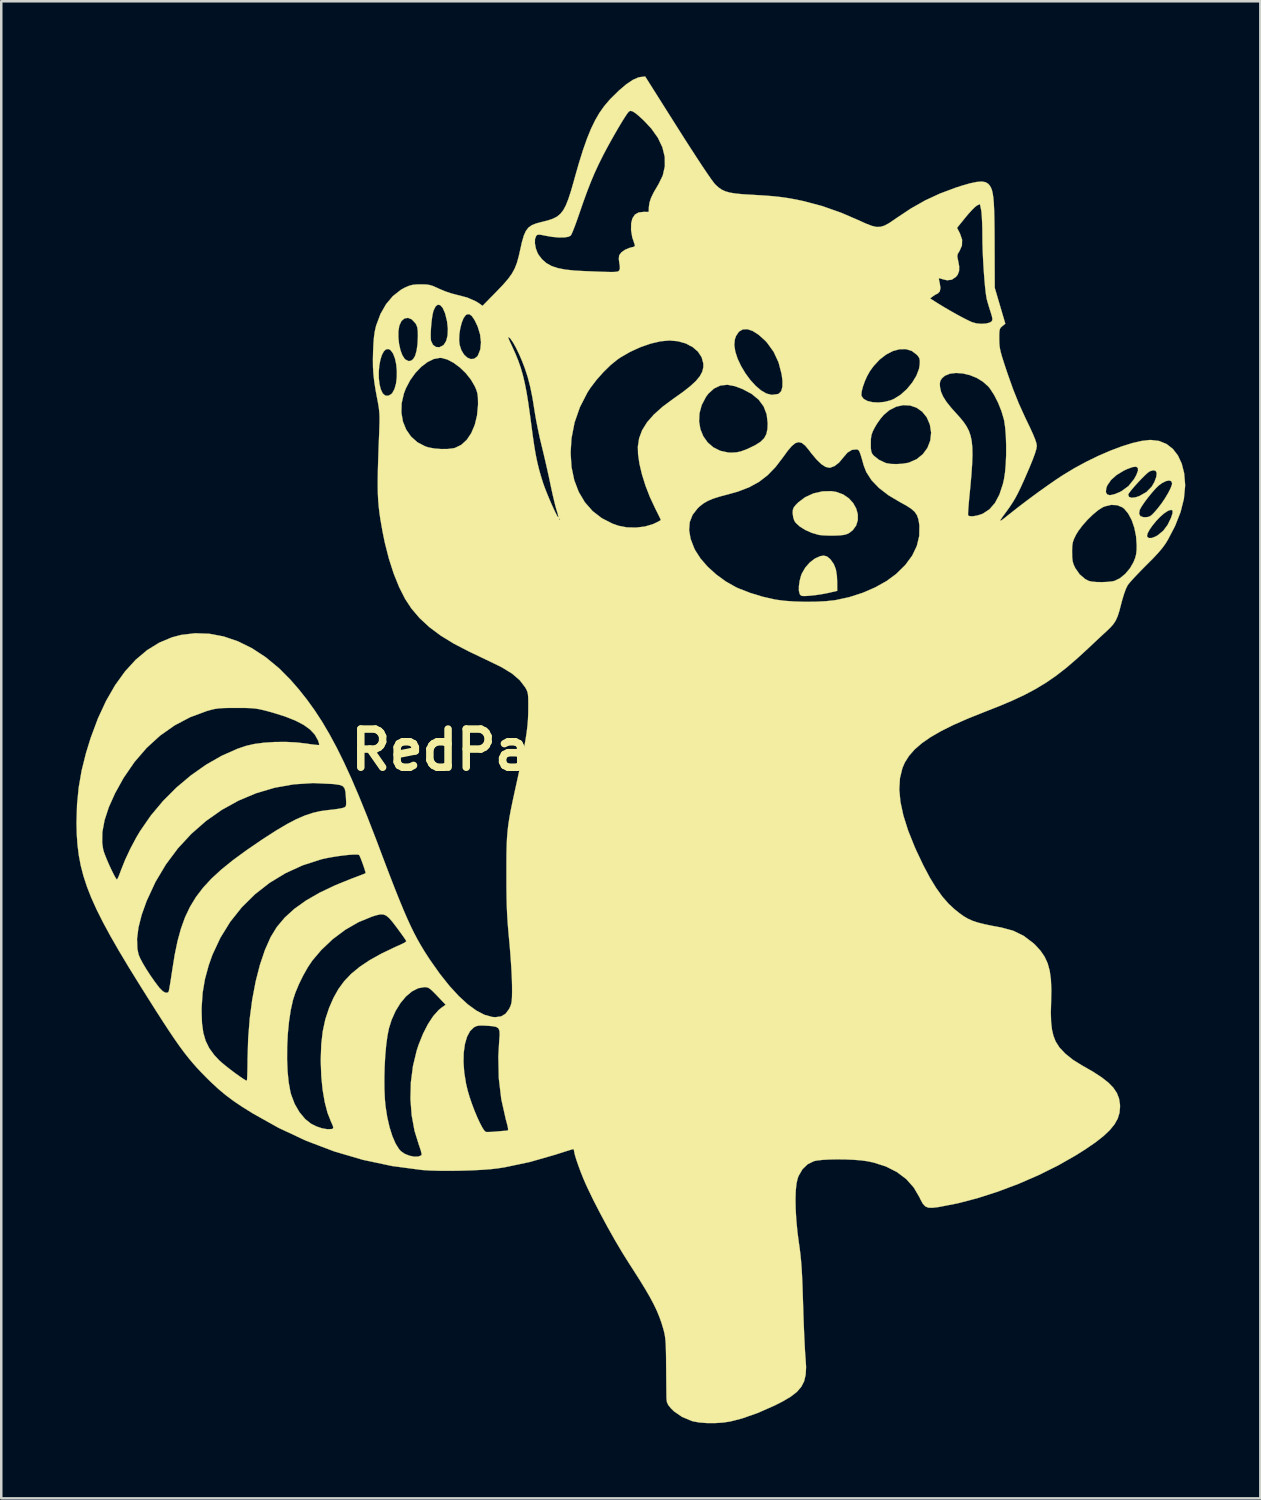
<source format=kicad_pcb>
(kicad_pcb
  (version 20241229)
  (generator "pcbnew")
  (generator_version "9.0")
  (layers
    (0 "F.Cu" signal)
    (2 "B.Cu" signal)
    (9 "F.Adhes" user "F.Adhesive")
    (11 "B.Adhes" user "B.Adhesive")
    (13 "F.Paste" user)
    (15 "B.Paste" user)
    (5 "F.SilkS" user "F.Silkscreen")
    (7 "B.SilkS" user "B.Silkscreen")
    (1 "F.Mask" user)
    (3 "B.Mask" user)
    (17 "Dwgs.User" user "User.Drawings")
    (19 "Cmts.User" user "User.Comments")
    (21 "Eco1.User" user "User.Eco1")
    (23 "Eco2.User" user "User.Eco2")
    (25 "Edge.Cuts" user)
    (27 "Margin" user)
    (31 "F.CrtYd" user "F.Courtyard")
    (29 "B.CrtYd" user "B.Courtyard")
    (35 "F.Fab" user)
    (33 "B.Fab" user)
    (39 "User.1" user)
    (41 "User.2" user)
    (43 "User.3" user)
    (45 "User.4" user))
  (footprint "RedPandaArms_550"
    (layer "F.Cu")
    (at 22.131 26.891)
    (property "Reference" "RedPandaArms_550" (at 0 0 0) (layer "F.SilkS") (effects (font (size 1.524 1.524) (thickness 0.3))))
    (attr through_hole)
    (fp_poly (pts (xy 7.834 -7.726) (xy 7.963 -7.62) (xy 7.98 -7.601) (xy 8.107 -7.42) (xy 8.189 -7.211) (xy 8.231 -6.951) (xy 8.241 -6.721) (xy 8.243 -6.353) (xy 7.897 -6.272) (xy 7.668 -6.227) (xy 7.405 -6.186) (xy 7.175 -6.161) (xy 6.988 -6.147) (xy 6.872 -6.146) (xy 6.805 -6.161) (xy 6.765 -6.196) (xy 6.743 -6.234) (xy 6.713 -6.359) (xy 6.714 -6.541) (xy 6.743 -6.748) (xy 6.797 -6.953) (xy 6.832 -7.045) (xy 6.968 -7.281) (xy 7.148 -7.485) (xy 7.352 -7.642) (xy 7.563 -7.737) (xy 7.706 -7.759) (xy 7.834 -7.726)) (stroke (width 0.01) (type solid)) (fill yes) (layer "F.SilkS"))
    (fp_poly (pts (xy 8.214 -10.3) (xy 8.483 -10.2) (xy 8.707 -10.047) (xy 8.882 -9.854) (xy 9.002 -9.636) (xy 9.065 -9.406) (xy 9.065 -9.176) (xy 8.999 -8.961) (xy 8.863 -8.773) (xy 8.729 -8.669) (xy 8.631 -8.619) (xy 8.514 -8.587) (xy 8.356 -8.568) (xy 8.13 -8.559) (xy 8.129 -8.559) (xy 7.911 -8.559) (xy 7.706 -8.567) (xy 7.545 -8.581) (xy 7.5 -8.589) (xy 7.228 -8.668) (xy 6.971 -8.782) (xy 6.752 -8.918) (xy 6.591 -9.064) (xy 6.532 -9.15) (xy 6.488 -9.281) (xy 6.466 -9.441) (xy 6.465 -9.473) (xy 6.473 -9.588) (xy 6.507 -9.68) (xy 6.583 -9.777) (xy 6.69 -9.886) (xy 6.97 -10.095) (xy 7.3 -10.244) (xy 7.656 -10.325) (xy 8.014 -10.333) (xy 8.214 -10.3)) (stroke (width 0.01) (type solid)) (fill yes) (layer "F.SilkS"))
    (fp_poly (pts (xy 1.87 -24.838) (xy 2.155 -24.389) (xy 2.422 -23.974) (xy 2.665 -23.6) (xy 2.88 -23.273) (xy 3.064 -23.001) (xy 3.211 -22.789) (xy 3.319 -22.643) (xy 3.373 -22.579) (xy 3.5 -22.462) (xy 3.63 -22.371) (xy 3.778 -22.302) (xy 3.959 -22.251) (xy 4.187 -22.214) (xy 4.479 -22.186) (xy 4.847 -22.164) (xy 4.849 -22.164) (xy 5.288 -22.138) (xy 5.659 -22.11) (xy 5.985 -22.075) (xy 6.291 -22.031) (xy 6.6 -21.975) (xy 6.92 -21.907) (xy 7.65 -21.712) (xy 8.405 -21.446) (xy 9.106 -21.144) (xy 9.395 -21.012) (xy 9.621 -20.925) (xy 9.806 -20.881) (xy 9.969 -20.884) (xy 10.131 -20.934) (xy 10.312 -21.032) (xy 10.532 -21.18) (xy 10.603 -21.23) (xy 11.185 -21.617) (xy 11.753 -21.939) (xy 12.339 -22.211) (xy 12.972 -22.448) (xy 13.194 -22.52) (xy 13.535 -22.619) (xy 13.804 -22.676) (xy 14.009 -22.693) (xy 14.16 -22.669) (xy 14.267 -22.606) (xy 14.274 -22.6) (xy 14.332 -22.533) (xy 14.38 -22.453) (xy 14.42 -22.351) (xy 14.451 -22.218) (xy 14.476 -22.047) (xy 14.495 -21.828) (xy 14.508 -21.552) (xy 14.517 -21.212) (xy 14.523 -20.798) (xy 14.526 -20.302) (xy 14.526 -20.205) (xy 14.532 -18.45) (xy 14.743 -17.734) (xy 14.954 -17.018) (xy 14.832 -16.918) (xy 14.773 -16.865) (xy 14.737 -16.806) (xy 14.718 -16.719) (xy 14.711 -16.583) (xy 14.711 -16.41) (xy 14.714 -16.272) (xy 14.722 -16.148) (xy 14.74 -16.024) (xy 14.771 -15.883) (xy 14.819 -15.711) (xy 14.888 -15.491) (xy 14.981 -15.209) (xy 15.048 -15.009) (xy 15.268 -14.391) (xy 15.495 -13.825) (xy 15.745 -13.275) (xy 15.796 -13.168) (xy 15.951 -12.846) (xy 16.065 -12.594) (xy 16.143 -12.403) (xy 16.19 -12.261) (xy 16.209 -12.159) (xy 16.21 -12.135) (xy 16.192 -12.017) (xy 16.138 -11.837) (xy 16.046 -11.588) (xy 15.914 -11.265) (xy 15.858 -11.136) (xy 15.702 -10.776) (xy 15.57 -10.486) (xy 15.454 -10.248) (xy 15.346 -10.045) (xy 15.235 -9.862) (xy 15.114 -9.68) (xy 14.973 -9.484) (xy 14.955 -9.46) (xy 14.832 -9.293) (xy 14.762 -9.188) (xy 14.749 -9.146) (xy 14.795 -9.166) (xy 14.905 -9.246) (xy 15.081 -9.387) (xy 15.125 -9.421) (xy 15.467 -9.691) (xy 15.845 -9.979) (xy 16.238 -10.269) (xy 16.279 -10.298) (xy 18.968 -10.298) (xy 19.016 -10.204) (xy 19.127 -10.171) (xy 19.226 -10.189) (xy 19.858 -10.189) (xy 19.895 -10.102) (xy 19.998 -10.068) (xy 20.155 -10.086) (xy 20.307 -10.138) (xy 20.588 -10.297) (xy 20.798 -10.511) (xy 20.907 -10.7) (xy 20.983 -10.907) (xy 20.998 -11.057) (xy 20.955 -11.145) (xy 20.854 -11.166) (xy 20.718 -11.124) (xy 20.643 -11.07) (xy 20.529 -10.966) (xy 20.391 -10.828) (xy 20.243 -10.672) (xy 20.102 -10.515) (xy 19.98 -10.371) (xy 19.894 -10.258) (xy 19.858 -10.192) (xy 19.858 -10.189) (xy 19.226 -10.189) (xy 19.297 -10.202) (xy 19.522 -10.296) (xy 19.598 -10.336) (xy 19.872 -10.536) (xy 20.095 -10.814) (xy 20.187 -10.981) (xy 20.251 -11.152) (xy 20.247 -11.261) (xy 20.175 -11.309) (xy 20.034 -11.294) (xy 19.824 -11.218) (xy 19.684 -11.152) (xy 19.397 -10.978) (xy 19.174 -10.779) (xy 19.027 -10.565) (xy 18.985 -10.455) (xy 18.968 -10.298) (xy 16.279 -10.298) (xy 16.624 -10.545) (xy 16.98 -10.792) (xy 17.249 -10.969) (xy 17.709 -11.248) (xy 18.187 -11.507) (xy 18.67 -11.742) (xy 19.146 -11.948) (xy 19.601 -12.119) (xy 20.022 -12.251) (xy 20.398 -12.338) (xy 20.715 -12.375) (xy 20.762 -12.376) (xy 21.095 -12.336) (xy 21.39 -12.215) (xy 21.641 -12.021) (xy 21.845 -11.757) (xy 21.997 -11.431) (xy 22.094 -11.047) (xy 22.131 -10.61) (xy 22.131 -10.531) (xy 22.083 -10.026) (xy 21.95 -9.498) (xy 21.731 -8.943) (xy 21.441 -8.387) (xy 21.337 -8.22) (xy 21.215 -8.054) (xy 21.061 -7.872) (xy 20.864 -7.661) (xy 20.61 -7.406) (xy 20.593 -7.389) (xy 20.386 -7.181) (xy 20.194 -6.981) (xy 20.029 -6.804) (xy 19.906 -6.664) (xy 19.839 -6.577) (xy 19.771 -6.44) (xy 19.696 -6.237) (xy 19.622 -5.992) (xy 19.587 -5.861) (xy 19.512 -5.57) (xy 19.442 -5.348) (xy 19.366 -5.176) (xy 19.275 -5.033) (xy 19.156 -4.896) (xy 19.013 -4.758) (xy 18.873 -4.629) (xy 18.688 -4.457) (xy 18.481 -4.263) (xy 18.274 -4.069) (xy 18.242 -4.038) (xy 17.799 -3.633) (xy 17.387 -3.279) (xy 16.988 -2.969) (xy 16.588 -2.692) (xy 16.172 -2.44) (xy 15.725 -2.202) (xy 15.232 -1.971) (xy 14.677 -1.737) (xy 14.132 -1.523) (xy 13.466 -1.257) (xy 12.886 -1.002) (xy 12.388 -0.754) (xy 11.966 -0.51) (xy 11.616 -0.266) (xy 11.331 -0.018) (xy 11.109 0.236) (xy 10.942 0.5) (xy 10.846 0.722) (xy 10.748 1.123) (xy 10.721 1.571) (xy 10.766 2.068) (xy 10.884 2.615) (xy 11.073 3.216) (xy 11.336 3.87) (xy 11.406 4.028) (xy 11.678 4.6) (xy 11.937 5.09) (xy 12.19 5.505) (xy 12.44 5.854) (xy 12.694 6.144) (xy 12.927 6.359) (xy 13.119 6.513) (xy 13.292 6.637) (xy 13.462 6.737) (xy 13.645 6.819) (xy 13.858 6.89) (xy 14.114 6.955) (xy 14.432 7.021) (xy 14.799 7.089) (xy 15.266 7.215) (xy 15.686 7.42) (xy 16.067 7.708) (xy 16.152 7.787) (xy 16.36 8.016) (xy 16.523 8.254) (xy 16.644 8.516) (xy 16.726 8.814) (xy 16.774 9.162) (xy 16.792 9.573) (xy 16.782 10.06) (xy 16.782 10.065) (xy 16.771 10.497) (xy 16.782 10.854) (xy 16.815 11.151) (xy 16.873 11.403) (xy 16.958 11.626) (xy 16.96 11.632) (xy 17.115 11.877) (xy 17.35 12.125) (xy 17.653 12.368) (xy 18.014 12.593) (xy 18.036 12.605) (xy 18.46 12.848) (xy 18.802 13.071) (xy 19.07 13.282) (xy 19.27 13.488) (xy 19.409 13.697) (xy 19.494 13.917) (xy 19.531 14.154) (xy 19.534 14.25) (xy 19.512 14.488) (xy 19.441 14.717) (xy 19.315 14.943) (xy 19.128 15.173) (xy 18.876 15.412) (xy 18.553 15.666) (xy 18.152 15.941) (xy 17.767 16.184) (xy 17.052 16.591) (xy 16.284 16.972) (xy 15.481 17.321) (xy 14.663 17.629) (xy 13.849 17.891) (xy 13.057 18.098) (xy 12.308 18.244) (xy 12.284 18.248) (xy 12.048 18.277) (xy 11.881 18.272) (xy 11.76 18.222) (xy 11.662 18.117) (xy 11.567 17.944) (xy 11.529 17.861) (xy 11.3 17.469) (xy 10.999 17.131) (xy 10.628 16.851) (xy 10.191 16.629) (xy 9.692 16.47) (xy 9.442 16.418) (xy 9.194 16.384) (xy 8.898 16.361) (xy 8.575 16.347) (xy 8.246 16.343) (xy 7.932 16.349) (xy 7.653 16.365) (xy 7.429 16.391) (xy 7.313 16.416) (xy 7.063 16.538) (xy 6.856 16.738) (xy 6.701 17.006) (xy 6.668 17.093) (xy 6.618 17.304) (xy 6.588 17.593) (xy 6.577 17.944) (xy 6.585 18.345) (xy 6.611 18.782) (xy 6.655 19.24) (xy 6.709 19.651) (xy 6.745 19.905) (xy 6.775 20.146) (xy 6.799 20.391) (xy 6.82 20.655) (xy 6.837 20.952) (xy 6.853 21.298) (xy 6.867 21.708) (xy 6.88 22.122) (xy 6.893 22.528) (xy 6.907 22.929) (xy 6.923 23.307) (xy 6.939 23.649) (xy 6.954 23.94) (xy 6.968 24.163) (xy 6.977 24.269) (xy 7 24.634) (xy 6.984 24.941) (xy 6.923 25.201) (xy 6.808 25.425) (xy 6.633 25.627) (xy 6.389 25.816) (xy 6.069 26.006) (xy 5.758 26.164) (xy 5.078 26.465) (xy 4.445 26.687) (xy 3.976 26.808) (xy 3.684 26.852) (xy 3.36 26.873) (xy 3.032 26.871) (xy 2.73 26.847) (xy 2.482 26.801) (xy 2.438 26.789) (xy 2.045 26.623) (xy 1.726 26.403) (xy 1.601 26.28) (xy 1.496 26.149) (xy 1.444 26.033) (xy 1.427 25.889) (xy 1.427 25.873) (xy 1.425 25.764) (xy 1.423 25.579) (xy 1.42 25.334) (xy 1.417 25.047) (xy 1.415 24.732) (xy 1.413 24.569) (xy 1.41 24.21) (xy 1.404 23.928) (xy 1.396 23.708) (xy 1.383 23.535) (xy 1.365 23.393) (xy 1.341 23.267) (xy 1.309 23.142) (xy 1.306 23.13) (xy 1.229 22.874) (xy 1.141 22.628) (xy 1.038 22.379) (xy 0.913 22.118) (xy 0.76 21.833) (xy 0.573 21.511) (xy 0.347 21.143) (xy 0.075 20.716) (xy -0.058 20.511) (xy -0.335 20.069) (xy -0.632 19.567) (xy -0.934 19.03) (xy -1.227 18.485) (xy -1.499 17.956) (xy -1.734 17.468) (xy -1.799 17.326) (xy -1.901 17.088) (xy -2.002 16.834) (xy -2.095 16.582) (xy -2.174 16.352) (xy -2.231 16.162) (xy -2.26 16.03) (xy -2.263 16) (xy -2.279 15.94) (xy -2.292 15.933) (xy -2.343 15.946) (xy -2.467 15.984) (xy -2.648 16.04) (xy -2.87 16.111) (xy -3.019 16.159) (xy -4.03 16.449) (xy -5.017 16.657) (xy -5.274 16.698) (xy -5.565 16.733) (xy -5.926 16.761) (xy -6.335 16.782) (xy -6.77 16.796) (xy -7.209 16.802) (xy -7.629 16.8) (xy -8.009 16.789) (xy -8.325 16.769) (xy -8.343 16.767) (xy -9.526 16.61) (xy -10.691 16.363) (xy -11.836 16.027) (xy -12.958 15.601) (xy -14.055 15.088) (xy -15.086 14.511) (xy -15.502 14.252) (xy -15.856 14.014) (xy -16.168 13.78) (xy -16.463 13.534) (xy -16.76 13.259) (xy -16.928 13.094) (xy -17.123 12.896) (xy -17.306 12.702) (xy -17.48 12.505) (xy -17.653 12.298) (xy -17.83 12.073) (xy -18.016 11.821) (xy -18.216 11.536) (xy -18.436 11.209) (xy -18.682 10.833) (xy -18.921 10.461) (xy -17.133 10.461) (xy -17.117 10.911) (xy -17.065 11.29) (xy -16.97 11.616) (xy -16.827 11.907) (xy -16.628 12.179) (xy -16.433 12.387) (xy -16.318 12.49) (xy -16.163 12.618) (xy -15.985 12.758) (xy -15.799 12.898) (xy -15.623 13.024) (xy -15.474 13.126) (xy -15.368 13.19) (xy -15.328 13.205) (xy -15.319 13.162) (xy -15.311 13.041) (xy -15.305 12.855) (xy -15.3 12.62) (xy -15.297 12.356) (xy -13.72 12.356) (xy -13.7 12.836) (xy -13.656 13.272) (xy -13.588 13.645) (xy -13.557 13.762) (xy -13.417 14.131) (xy -13.226 14.461) (xy -12.998 14.734) (xy -12.765 14.92) (xy -12.551 15.028) (xy -12.325 15.104) (xy -12.113 15.141) (xy -11.942 15.134) (xy -11.904 15.123) (xy -11.876 15.092) (xy -11.886 15.023) (xy -11.938 14.898) (xy -11.968 14.834) (xy -12.106 14.483) (xy -12.217 14.056) (xy -12.301 13.565) (xy -12.346 13.106) (xy -9.837 13.106) (xy -9.834 13.547) (xy -9.815 13.953) (xy -9.789 14.225) (xy -9.721 14.663) (xy -9.628 15.065) (xy -9.516 15.42) (xy -9.388 15.715) (xy -9.249 15.937) (xy -9.176 16.017) (xy -9.024 16.123) (xy -8.84 16.197) (xy -8.651 16.236) (xy -8.483 16.233) (xy -8.363 16.185) (xy -8.352 16.176) (xy -8.35 16.118) (xy -8.379 15.998) (xy -8.431 15.839) (xy -8.449 15.791) (xy -8.631 15.209) (xy -8.746 14.582) (xy -8.795 13.928) (xy -8.777 13.265) (xy -8.693 12.613) (xy -8.657 12.465) (xy -6.677 12.465) (xy -6.647 12.879) (xy -6.577 13.313) (xy -6.512 13.59) (xy -6.436 13.849) (xy -6.343 14.122) (xy -6.24 14.395) (xy -6.132 14.654) (xy -6.026 14.883) (xy -5.929 15.068) (xy -5.847 15.195) (xy -5.785 15.249) (xy -5.784 15.249) (xy -5.701 15.252) (xy -5.557 15.247) (xy -5.38 15.234) (xy -5.358 15.232) (xy -5.18 15.216) (xy -5.031 15.204) (xy -4.942 15.197) (xy -4.937 15.197) (xy -4.906 15.186) (xy -4.895 15.144) (xy -4.907 15.057) (xy -4.943 14.91) (xy -4.989 14.742) (xy -5.168 13.941) (xy -5.268 13.102) (xy -5.286 12.234) (xy -5.251 11.615) (xy -5.233 11.377) (xy -5.24 11.215) (xy -5.282 11.113) (xy -5.373 11.055) (xy -5.525 11.026) (xy -5.727 11.01) (xy -5.93 11) (xy -6.067 11.004) (xy -6.165 11.026) (xy -6.249 11.067) (xy -6.262 11.075) (xy -6.416 11.225) (xy -6.536 11.45) (xy -6.62 11.739) (xy -6.668 12.081) (xy -6.677 12.465) (xy -8.657 12.465) (xy -8.542 11.99) (xy -8.468 11.766) (xy -8.29 11.325) (xy -8.093 10.941) (xy -7.884 10.624) (xy -7.669 10.383) (xy -7.566 10.298) (xy -7.389 10.17) (xy -7.724 9.818) (xy -7.878 9.66) (xy -7.988 9.557) (xy -8.073 9.499) (xy -8.149 9.473) (xy -8.236 9.467) (xy -8.24 9.467) (xy -8.488 9.512) (xy -8.735 9.639) (xy -8.973 9.839) (xy -9.193 10.102) (xy -9.388 10.419) (xy -9.549 10.779) (xy -9.652 11.107) (xy -9.713 11.408) (xy -9.763 11.78) (xy -9.801 12.201) (xy -9.826 12.65) (xy -9.837 13.106) (xy -12.346 13.106) (xy -12.354 13.022) (xy -12.375 12.44) (xy -12.375 12.354) (xy -12.356 11.763) (xy -12.297 11.237) (xy -12.193 10.753) (xy -12.04 10.292) (xy -11.868 9.899) (xy -11.673 9.55) (xy -11.44 9.231) (xy -11.159 8.936) (xy -10.822 8.659) (xy -10.422 8.391) (xy -9.949 8.128) (xy -9.396 7.863) (xy -9.179 7.767) (xy -9.055 7.706) (xy -8.976 7.655) (xy -8.96 7.634) (xy -8.986 7.585) (xy -9.059 7.478) (xy -9.167 7.326) (xy -9.3 7.144) (xy -9.341 7.089) (xy -9.513 6.863) (xy -9.65 6.706) (xy -9.768 6.609) (xy -9.884 6.565) (xy -10.017 6.566) (xy -10.182 6.605) (xy -10.335 6.654) (xy -10.872 6.875) (xy -11.397 7.178) (xy -11.897 7.552) (xy -12.356 7.987) (xy -12.711 8.405) (xy -12.891 8.673) (xy -13.075 8.998) (xy -13.247 9.348) (xy -13.39 9.692) (xy -13.483 9.975) (xy -13.574 10.385) (xy -13.644 10.847) (xy -13.692 11.343) (xy -13.717 11.852) (xy -13.72 12.356) (xy -15.297 12.356) (xy -15.297 12.348) (xy -15.297 12.319) (xy -15.273 11.507) (xy -15.21 10.716) (xy -15.11 9.957) (xy -14.974 9.242) (xy -14.805 8.582) (xy -14.605 7.988) (xy -14.376 7.471) (xy -14.13 7.069) (xy -13.815 6.694) (xy -13.428 6.342) (xy -12.964 6.011) (xy -12.419 5.697) (xy -11.79 5.398) (xy -11.176 5.15) (xy -10.963 5.069) (xy -10.783 5) (xy -10.653 4.949) (xy -10.59 4.923) (xy -10.586 4.921) (xy -10.592 4.873) (xy -10.624 4.764) (xy -10.672 4.62) (xy -10.727 4.465) (xy -10.781 4.325) (xy -10.825 4.225) (xy -10.846 4.191) (xy -10.913 4.175) (xy -11.053 4.174) (xy -11.249 4.187) (xy -11.482 4.212) (xy -11.734 4.246) (xy -11.988 4.288) (xy -12.226 4.335) (xy -12.366 4.369) (xy -13.096 4.604) (xy -13.782 4.918) (xy -14.42 5.305) (xy -15.004 5.762) (xy -15.53 6.282) (xy -15.991 6.862) (xy -16.383 7.497) (xy -16.702 8.18) (xy -16.848 8.592) (xy -17 9.151) (xy -17.093 9.701) (xy -17.131 10.281) (xy -17.133 10.461) (xy -18.921 10.461) (xy -18.96 10.401) (xy -19.274 9.904) (xy -19.606 9.375) (xy -20.05 8.657) (xy -20.441 8.004) (xy -20.706 7.541) (xy -19.711 7.541) (xy -19.697 7.937) (xy -19.648 8.168) (xy -19.587 8.315) (xy -19.481 8.514) (xy -19.342 8.748) (xy -19.18 8.998) (xy -19.008 9.244) (xy -18.838 9.469) (xy -18.811 9.502) (xy -18.681 9.632) (xy -18.566 9.694) (xy -18.478 9.683) (xy -18.45 9.653) (xy -18.435 9.595) (xy -18.41 9.46) (xy -18.377 9.266) (xy -18.34 9.026) (xy -18.304 8.787) (xy -18.206 8.176) (xy -18.092 7.627) (xy -17.956 7.131) (xy -17.793 6.679) (xy -17.595 6.262) (xy -17.358 5.872) (xy -17.074 5.5) (xy -16.738 5.136) (xy -16.343 4.773) (xy -15.883 4.401) (xy -15.352 4.012) (xy -14.745 3.596) (xy -14.593 3.496) (xy -14.126 3.197) (xy -13.715 2.955) (xy -13.348 2.763) (xy -13.012 2.618) (xy -12.696 2.512) (xy -12.386 2.441) (xy -12.089 2.401) (xy -11.871 2.377) (xy -11.677 2.35) (xy -11.531 2.323) (xy -11.471 2.307) (xy -11.411 2.281) (xy -11.376 2.244) (xy -11.361 2.175) (xy -11.362 2.055) (xy -11.371 1.885) (xy -11.388 1.673) (xy -11.423 1.533) (xy -11.492 1.447) (xy -11.613 1.398) (xy -11.804 1.368) (xy -11.883 1.359) (xy -12.676 1.321) (xy -13.456 1.372) (xy -14.216 1.507) (xy -14.952 1.725) (xy -15.658 2.021) (xy -16.329 2.393) (xy -16.96 2.837) (xy -17.545 3.35) (xy -18.08 3.928) (xy -18.558 4.569) (xy -18.975 5.268) (xy -19.325 6.023) (xy -19.327 6.027) (xy -19.526 6.584) (xy -19.654 7.089) (xy -19.711 7.541) (xy -20.706 7.541) (xy -20.782 7.409) (xy -21.076 6.865) (xy -21.327 6.363) (xy -21.538 5.896) (xy -21.71 5.455) (xy -21.848 5.034) (xy -21.955 4.623) (xy -22.033 4.216) (xy -22.085 3.805) (xy -22.092 3.709) (xy -21.102 3.709) (xy -21.061 3.977) (xy -21.025 4.097) (xy -20.962 4.262) (xy -20.883 4.454) (xy -20.794 4.654) (xy -20.704 4.844) (xy -20.622 5.006) (xy -20.557 5.121) (xy -20.516 5.171) (xy -20.512 5.172) (xy -20.484 5.132) (xy -20.435 5.024) (xy -20.375 4.869) (xy -20.353 4.807) (xy -20.186 4.388) (xy -19.975 3.937) (xy -19.738 3.492) (xy -19.587 3.238) (xy -19.161 2.621) (xy -18.674 2.039) (xy -18.136 1.5) (xy -17.557 1.013) (xy -16.95 0.586) (xy -16.325 0.229) (xy -15.693 -0.05) (xy -15.353 -0.165) (xy -15.031 -0.239) (xy -14.644 -0.29) (xy -14.216 -0.318) (xy -13.772 -0.322) (xy -13.337 -0.3) (xy -12.958 -0.256) (xy -12.755 -0.226) (xy -12.587 -0.206) (xy -12.476 -0.197) (xy -12.439 -0.199) (xy -12.442 -0.251) (xy -12.474 -0.355) (xy -12.492 -0.399) (xy -12.617 -0.619) (xy -12.805 -0.819) (xy -13.06 -1.003) (xy -13.389 -1.174) (xy -13.797 -1.336) (xy -14.29 -1.491) (xy -14.453 -1.536) (xy -14.661 -1.59) (xy -14.834 -1.629) (xy -14.994 -1.655) (xy -15.166 -1.67) (xy -15.374 -1.677) (xy -15.643 -1.679) (xy -15.748 -1.679) (xy -16.042 -1.678) (xy -16.266 -1.673) (xy -16.441 -1.661) (xy -16.59 -1.641) (xy -16.733 -1.609) (xy -16.894 -1.564) (xy -16.926 -1.555) (xy -17.589 -1.309) (xy -18.21 -0.982) (xy -18.789 -0.574) (xy -19.323 -0.087) (xy -19.81 0.477) (xy -20.249 1.116) (xy -20.59 1.732) (xy -20.839 2.289) (xy -21.007 2.804) (xy -21.095 3.277) (xy -21.102 3.709) (xy -22.092 3.709) (xy -22.115 3.382) (xy -22.126 2.938) (xy -22.126 2.886) (xy -22.105 2.172) (xy -22.038 1.492) (xy -21.921 0.819) (xy -21.749 0.128) (xy -21.561 -0.481) (xy -21.271 -1.259) (xy -20.945 -1.961) (xy -20.585 -2.586) (xy -20.191 -3.133) (xy -19.765 -3.6) (xy -19.309 -3.984) (xy -18.825 -4.283) (xy -18.314 -4.497) (xy -17.955 -4.592) (xy -17.392 -4.66) (xy -16.821 -4.639) (xy -16.249 -4.531) (xy -15.68 -4.337) (xy -15.119 -4.06) (xy -14.571 -3.701) (xy -14.042 -3.263) (xy -13.581 -2.799) (xy -13.244 -2.411) (xy -12.925 -2.008) (xy -12.619 -1.583) (xy -12.322 -1.128) (xy -12.032 -0.636) (xy -11.743 -0.1) (xy -11.452 0.488) (xy -11.156 1.133) (xy -10.851 1.845) (xy -10.533 2.629) (xy -10.197 3.493) (xy -10.068 3.833) (xy -9.821 4.488) (xy -9.601 5.064) (xy -9.404 5.57) (xy -9.227 6.012) (xy -9.066 6.401) (xy -8.918 6.742) (xy -8.778 7.046) (xy -8.644 7.32) (xy -8.51 7.572) (xy -8.375 7.81) (xy -8.234 8.042) (xy -8.083 8.277) (xy -8.011 8.386) (xy -7.62 8.94) (xy -7.237 9.421) (xy -6.863 9.828) (xy -6.503 10.158) (xy -6.158 10.408) (xy -5.833 10.576) (xy -5.529 10.659) (xy -5.4 10.668) (xy -5.174 10.636) (xy -4.999 10.532) (xy -4.862 10.349) (xy -4.842 10.311) (xy -4.799 10.217) (xy -4.769 10.125) (xy -4.751 10.016) (xy -4.741 9.872) (xy -4.737 9.673) (xy -4.738 9.421) (xy -4.744 9.176) (xy -4.758 8.863) (xy -4.78 8.506) (xy -4.807 8.128) (xy -4.838 7.754) (xy -4.853 7.597) (xy -4.887 7.224) (xy -4.914 6.887) (xy -4.934 6.565) (xy -4.948 6.238) (xy -4.957 5.885) (xy -4.962 5.485) (xy -4.963 5.017) (xy -4.963 4.918) (xy -4.963 4.483) (xy -4.96 4.114) (xy -4.952 3.795) (xy -4.939 3.511) (xy -4.918 3.245) (xy -4.887 2.982) (xy -4.845 2.707) (xy -4.789 2.403) (xy -4.718 2.056) (xy -4.63 1.649) (xy -4.529 1.191) (xy -4.416 0.678) (xy -4.324 0.243) (xy -4.251 -0.128) (xy -4.194 -0.447) (xy -4.152 -0.726) (xy -4.122 -0.979) (xy -4.103 -1.217) (xy -4.093 -1.453) (xy -4.091 -1.639) (xy -4.09 -1.898) (xy -4.093 -2.083) (xy -4.103 -2.215) (xy -4.123 -2.312) (xy -4.154 -2.394) (xy -4.201 -2.48) (xy -4.213 -2.5) (xy -4.432 -2.786) (xy -4.74 -3.051) (xy -5.138 -3.295) (xy -5.283 -3.368) (xy -5.496 -3.471) (xy -5.764 -3.6) (xy -6.056 -3.74) (xy -6.344 -3.877) (xy -6.441 -3.924) (xy -7.056 -4.241) (xy -7.586 -4.566) (xy -8.042 -4.906) (xy -8.431 -5.267) (xy -8.756 -5.648) (xy -9.01 -6.036) (xy -9.247 -6.505) (xy -9.464 -7.043) (xy -9.656 -7.64) (xy -9.82 -8.285) (xy -9.905 -8.702) (xy -9.918 -8.778) (xy 2.329 -8.778) (xy 2.389 -8.429) (xy 2.535 -8.05) (xy 2.577 -7.967) (xy 2.789 -7.639) (xy 3.074 -7.313) (xy 3.414 -7.005) (xy 3.791 -6.73) (xy 4.187 -6.505) (xy 4.298 -6.453) (xy 4.761 -6.273) (xy 5.264 -6.119) (xy 5.759 -6.007) (xy 5.793 -6.001) (xy 6.129 -5.956) (xy 6.525 -5.928) (xy 6.953 -5.915) (xy 7.384 -5.919) (xy 7.786 -5.939) (xy 8.132 -5.976) (xy 8.174 -5.982) (xy 8.719 -6.1) (xy 9.255 -6.272) (xy 9.761 -6.491) (xy 10.217 -6.746) (xy 10.594 -7.024) (xy 10.958 -7.381) (xy 11.234 -7.755) (xy 11.303 -7.897) (xy 17.62 -7.897) (xy 17.624 -7.686) (xy 17.642 -7.534) (xy 17.679 -7.406) (xy 17.743 -7.27) (xy 17.745 -7.265) (xy 17.918 -7.016) (xy 18.137 -6.827) (xy 18.289 -6.748) (xy 18.416 -6.72) (xy 18.603 -6.704) (xy 18.82 -6.701) (xy 19.038 -6.71) (xy 19.225 -6.731) (xy 19.315 -6.751) (xy 19.531 -6.856) (xy 19.744 -7.032) (xy 19.933 -7.256) (xy 20.068 -7.491) (xy 20.137 -7.66) (xy 20.177 -7.811) (xy 20.196 -7.981) (xy 20.199 -8.174) (xy 20.175 -8.528) (xy 20.172 -8.541) (xy 20.61 -8.541) (xy 20.614 -8.52) (xy 20.68 -8.461) (xy 20.798 -8.462) (xy 20.952 -8.521) (xy 21.051 -8.579) (xy 21.264 -8.758) (xy 21.435 -8.988) (xy 21.57 -9.266) (xy 21.629 -9.445) (xy 21.633 -9.551) (xy 21.58 -9.588) (xy 21.469 -9.557) (xy 21.436 -9.54) (xy 21.29 -9.444) (xy 21.132 -9.305) (xy 20.974 -9.139) (xy 20.83 -8.963) (xy 20.712 -8.794) (xy 20.634 -8.648) (xy 20.61 -8.541) (xy 20.172 -8.541) (xy 20.106 -8.869) (xy 20 -9.178) (xy 19.863 -9.435) (xy 20.294 -9.435) (xy 20.345 -9.337) (xy 20.47 -9.292) (xy 20.564 -9.292) (xy 20.658 -9.304) (xy 20.737 -9.335) (xy 20.819 -9.399) (xy 20.923 -9.509) (xy 21.042 -9.648) (xy 21.191 -9.841) (xy 21.333 -10.052) (xy 21.457 -10.26) (xy 21.552 -10.447) (xy 21.605 -10.592) (xy 21.613 -10.645) (xy 21.58 -10.731) (xy 21.492 -10.76) (xy 21.363 -10.733) (xy 21.208 -10.654) (xy 21.073 -10.554) (xy 20.949 -10.433) (xy 20.803 -10.267) (xy 20.65 -10.079) (xy 20.508 -9.889) (xy 20.394 -9.72) (xy 20.324 -9.594) (xy 20.32 -9.584) (xy 20.294 -9.435) (xy 19.863 -9.435) (xy 19.862 -9.438) (xy 19.7 -9.632) (xy 19.631 -9.685) (xy 19.422 -9.773) (xy 19.179 -9.785) (xy 18.922 -9.723) (xy 18.845 -9.69) (xy 18.667 -9.578) (xy 18.46 -9.408) (xy 18.246 -9.201) (xy 18.045 -8.976) (xy 17.876 -8.754) (xy 17.775 -8.59) (xy 17.697 -8.429) (xy 17.65 -8.297) (xy 17.627 -8.159) (xy 17.62 -7.976) (xy 17.62 -7.897) (xy 11.303 -7.897) (xy 11.421 -8.143) (xy 11.518 -8.545) (xy 11.524 -8.957) (xy 11.517 -9.019) (xy 11.483 -9.216) (xy 11.427 -9.373) (xy 11.338 -9.506) (xy 11.201 -9.628) (xy 11.004 -9.756) (xy 10.749 -9.896) (xy 10.288 -10.17) (xy 9.908 -10.463) (xy 9.612 -10.772) (xy 9.404 -11.096) (xy 9.304 -11.352) (xy 9.234 -11.601) (xy 9.182 -11.774) (xy 9.142 -11.886) (xy 9.109 -11.951) (xy 9.074 -11.983) (xy 9.033 -11.996) (xy 9.013 -12) (xy 8.831 -11.981) (xy 8.653 -11.872) (xy 8.479 -11.671) (xy 8.471 -11.659) (xy 8.31 -11.468) (xy 8.135 -11.334) (xy 7.965 -11.271) (xy 7.922 -11.268) (xy 7.778 -11.302) (xy 7.614 -11.408) (xy 7.426 -11.588) (xy 7.208 -11.847) (xy 7.113 -11.973) (xy 6.967 -12.15) (xy 6.866 -12.23) (xy 9.583 -12.23) (xy 9.586 -12.043) (xy 9.601 -11.921) (xy 9.633 -11.836) (xy 9.69 -11.762) (xy 9.698 -11.753) (xy 9.905 -11.587) (xy 10.163 -11.464) (xy 10.206 -11.45) (xy 10.382 -11.42) (xy 10.609 -11.413) (xy 10.85 -11.427) (xy 11.065 -11.463) (xy 11.114 -11.476) (xy 11.416 -11.61) (xy 11.663 -11.81) (xy 11.846 -12.061) (xy 11.958 -12.351) (xy 11.993 -12.666) (xy 11.942 -12.993) (xy 11.817 -13.282) (xy 11.635 -13.507) (xy 11.411 -13.665) (xy 11.155 -13.752) (xy 10.881 -13.767) (xy 10.602 -13.707) (xy 10.329 -13.569) (xy 10.101 -13.378) (xy 9.971 -13.224) (xy 9.835 -13.032) (xy 9.743 -12.878) (xy 9.658 -12.711) (xy 9.61 -12.573) (xy 9.588 -12.426) (xy 9.583 -12.23) (xy 6.866 -12.23) (xy 6.834 -12.256) (xy 6.707 -12.291) (xy 6.575 -12.252) (xy 6.43 -12.135) (xy 6.263 -11.94) (xy 6.094 -11.706) (xy 5.785 -11.3) (xy 5.465 -10.969) (xy 5.119 -10.702) (xy 4.729 -10.489) (xy 4.279 -10.316) (xy 3.887 -10.206) (xy 3.547 -10.116) (xy 3.281 -10.031) (xy 3.07 -9.941) (xy 2.897 -9.839) (xy 2.743 -9.717) (xy 2.67 -9.647) (xy 2.469 -9.388) (xy 2.355 -9.098) (xy 2.329 -8.778) (xy -9.918 -8.778) (xy -9.956 -8.989) (xy -9.994 -9.213) (xy -2.863 -9.213) (xy -2.84 -9.19) (xy -2.817 -9.213) (xy -2.84 -9.236) (xy -2.863 -9.213) (xy -9.994 -9.213) (xy -10 -9.248) (xy -10.035 -9.489) (xy -10.062 -9.725) (xy -10.082 -9.964) (xy -10.095 -10.219) (xy -10.101 -10.5) (xy -10.1 -10.818) (xy -10.094 -11.183) (xy -10.082 -11.607) (xy -10.065 -12.101) (xy -10.042 -12.674) (xy -10.04 -12.746) (xy -10.03 -13.047) (xy -10.028 -13.281) (xy -10.036 -13.467) (xy -9.157 -13.467) (xy -9.095 -13.111) (xy -8.964 -12.788) (xy -8.769 -12.509) (xy -8.516 -12.284) (xy -8.208 -12.123) (xy -8.073 -12.079) (xy -7.836 -12.035) (xy -7.566 -12.014) (xy -7.301 -12.017) (xy -7.075 -12.045) (xy -7.013 -12.061) (xy -6.764 -12.182) (xy -6.546 -12.382) (xy -6.366 -12.651) (xy -6.227 -12.978) (xy -6.136 -13.354) (xy -6.097 -13.769) (xy -6.096 -13.853) (xy -6.101 -14.068) (xy -6.12 -14.229) (xy -6.161 -14.371) (xy -6.228 -14.526) (xy -6.385 -14.793) (xy -6.587 -15.046) (xy -6.821 -15.271) (xy -7.069 -15.455) (xy -7.315 -15.586) (xy -7.545 -15.65) (xy -7.616 -15.655) (xy -7.861 -15.61) (xy -8.114 -15.487) (xy -8.364 -15.296) (xy -8.599 -15.05) (xy -8.808 -14.76) (xy -8.978 -14.436) (xy -9.056 -14.233) (xy -9.146 -13.844) (xy -9.157 -13.467) (xy -10.036 -13.467) (xy -10.037 -13.477) (xy -10.057 -13.661) (xy -10.09 -13.858) (xy -10.107 -13.947) (xy -10.183 -14.351) (xy -10.237 -14.692) (xy -10.272 -14.997) (xy -10.278 -15.096) (xy -10.06 -15.096) (xy -10.058 -14.847) (xy -10.032 -14.61) (xy -9.979 -14.399) (xy -9.902 -14.236) (xy -9.801 -14.149) (xy -9.677 -14.141) (xy -9.555 -14.211) (xy -9.521 -14.248) (xy -9.43 -14.415) (xy -9.37 -14.631) (xy -9.34 -14.879) (xy -9.338 -15.141) (xy -9.363 -15.397) (xy -9.413 -15.631) (xy -9.487 -15.824) (xy -9.583 -15.957) (xy -9.664 -16.006) (xy -9.768 -15.997) (xy -9.86 -15.912) (xy -9.937 -15.764) (xy -9.997 -15.569) (xy -10.039 -15.341) (xy -10.06 -15.096) (xy -10.278 -15.096) (xy -10.29 -15.293) (xy -10.293 -15.604) (xy -10.286 -15.9) (xy -10.271 -16.233) (xy -10.252 -16.466) (xy -9.277 -16.466) (xy -9.249 -16.209) (xy -9.195 -15.967) (xy -9.12 -15.762) (xy -9.028 -15.619) (xy -8.99 -15.585) (xy -8.866 -15.524) (xy -8.763 -15.543) (xy -8.687 -15.605) (xy -8.609 -15.733) (xy -8.55 -15.938) (xy -8.512 -16.204) (xy -8.499 -16.492) (xy -7.987 -16.492) (xy -7.977 -16.355) (xy -7.973 -16.335) (xy -7.897 -16.176) (xy -7.778 -16.089) (xy -7.637 -16.079) (xy -7.491 -16.152) (xy -7.46 -16.181) (xy -7.366 -16.334) (xy -7.359 -16.36) (xy -6.852 -16.36) (xy -6.833 -16.178) (xy -6.761 -15.957) (xy -6.654 -15.783) (xy -6.526 -15.664) (xy -6.387 -15.606) (xy -6.253 -15.617) (xy -6.134 -15.705) (xy -6.099 -15.755) (xy -6.006 -15.99) (xy -5.978 -16.272) (xy -6.002 -16.485) (xy -4.895 -16.485) (xy -4.883 -16.437) (xy -4.837 -16.328) (xy -4.753 -16.148) (xy -4.738 -16.115) (xy -4.605 -15.823) (xy -4.492 -15.544) (xy -4.394 -15.265) (xy -4.309 -14.972) (xy -4.232 -14.651) (xy -4.161 -14.289) (xy -4.093 -13.872) (xy -4.024 -13.386) (xy -3.973 -13) (xy -3.91 -12.529) (xy -3.852 -12.132) (xy -3.794 -11.791) (xy -3.732 -11.49) (xy -3.664 -11.21) (xy -3.586 -10.934) (xy -3.503 -10.668) (xy -3.44 -10.49) (xy -3.359 -10.282) (xy -3.268 -10.06) (xy -3.174 -9.84) (xy -3.082 -9.637) (xy -3.001 -9.467) (xy -2.937 -9.346) (xy -2.897 -9.289) (xy -2.889 -9.287) (xy -2.893 -9.338) (xy -2.921 -9.449) (xy -2.956 -9.562) (xy -2.995 -9.694) (xy -3.046 -9.895) (xy -3.105 -10.144) (xy -3.166 -10.419) (xy -3.206 -10.61) (xy -3.278 -10.948) (xy -3.363 -11.329) (xy -3.452 -11.714) (xy -3.486 -11.859) (xy -2.401 -11.859) (xy -2.364 -11.29) (xy -2.255 -10.77) (xy -2.077 -10.302) (xy -1.833 -9.891) (xy -1.525 -9.539) (xy -1.155 -9.253) (xy -0.727 -9.035) (xy -0.485 -8.95) (xy -0.156 -8.887) (xy 0.203 -8.878) (xy 0.558 -8.919) (xy 0.873 -9.01) (xy 0.914 -9.028) (xy 1.058 -9.096) (xy 1.16 -9.151) (xy 1.201 -9.181) (xy 1.201 -9.182) (xy 1.181 -9.231) (xy 1.127 -9.344) (xy 1.049 -9.502) (xy 0.975 -9.649) (xy 0.768 -10.091) (xy 0.591 -10.546) (xy 0.45 -10.996) (xy 0.348 -11.424) (xy 0.292 -11.81) (xy 0.284 -12.111) (xy 0.335 -12.444) (xy 0.455 -12.765) (xy 0.65 -13.079) (xy 0.684 -13.118) (xy 2.728 -13.118) (xy 2.78 -12.809) (xy 2.895 -12.526) (xy 3.069 -12.28) (xy 3.296 -12.083) (xy 3.572 -11.944) (xy 3.891 -11.875) (xy 4.018 -11.87) (xy 4.211 -11.88) (xy 4.387 -11.916) (xy 4.588 -11.989) (xy 4.67 -12.023) (xy 4.964 -12.164) (xy 5.179 -12.3) (xy 5.326 -12.445) (xy 5.416 -12.614) (xy 5.459 -12.821) (xy 5.468 -13.046) (xy 5.427 -13.401) (xy 5.307 -13.713) (xy 5.108 -13.984) (xy 4.873 -14.178) (xy 9.206 -14.178) (xy 9.213 -14.134) (xy 9.295 -14.018) (xy 9.446 -13.934) (xy 9.648 -13.885) (xy 9.882 -13.872) (xy 10.13 -13.896) (xy 10.375 -13.959) (xy 10.508 -14.015) (xy 10.773 -14.181) (xy 11.021 -14.404) (xy 11.204 -14.625) (xy 12.338 -14.625) (xy 12.347 -14.485) (xy 12.388 -14.297) (xy 12.472 -14.106) (xy 12.606 -13.895) (xy 12.8 -13.653) (xy 12.981 -13.452) (xy 13.152 -13.262) (xy 13.295 -13.086) (xy 13.41 -12.914) (xy 13.501 -12.736) (xy 13.568 -12.542) (xy 13.613 -12.322) (xy 13.637 -12.068) (xy 13.642 -11.769) (xy 13.629 -11.415) (xy 13.601 -10.997) (xy 13.557 -10.505) (xy 13.512 -10.045) (xy 13.491 -9.809) (xy 13.475 -9.607) (xy 13.467 -9.456) (xy 13.467 -9.373) (xy 13.469 -9.363) (xy 13.537 -9.332) (xy 13.665 -9.331) (xy 13.826 -9.358) (xy 13.994 -9.409) (xy 14.064 -9.438) (xy 14.322 -9.608) (xy 14.54 -9.86) (xy 14.718 -10.195) (xy 14.856 -10.613) (xy 14.901 -10.807) (xy 14.943 -11.079) (xy 14.972 -11.412) (xy 14.987 -11.782) (xy 14.988 -12.164) (xy 14.976 -12.533) (xy 14.95 -12.865) (xy 14.911 -13.136) (xy 14.901 -13.185) (xy 14.803 -13.52) (xy 14.669 -13.858) (xy 14.511 -14.169) (xy 14.343 -14.427) (xy 14.275 -14.511) (xy 14.063 -14.701) (xy 13.813 -14.854) (xy 13.539 -14.965) (xy 13.259 -15.032) (xy 12.988 -15.052) (xy 12.744 -15.023) (xy 12.542 -14.941) (xy 12.421 -14.835) (xy 12.359 -14.735) (xy 12.338 -14.625) (xy 11.204 -14.625) (xy 11.235 -14.663) (xy 11.403 -14.939) (xy 11.508 -15.213) (xy 11.536 -15.378) (xy 11.542 -15.534) (xy 11.524 -15.636) (xy 11.471 -15.722) (xy 11.42 -15.78) (xy 11.223 -15.93) (xy 10.992 -16.002) (xy 10.737 -16) (xy 10.47 -15.928) (xy 10.2 -15.789) (xy 9.938 -15.587) (xy 9.694 -15.325) (xy 9.55 -15.126) (xy 9.443 -14.937) (xy 9.347 -14.725) (xy 9.271 -14.512) (xy 9.221 -14.322) (xy 9.206 -14.178) (xy 4.873 -14.178) (xy 4.827 -14.216) (xy 4.463 -14.41) (xy 4.163 -14.523) (xy 3.859 -14.581) (xy 3.579 -14.55) (xy 3.325 -14.431) (xy 3.1 -14.226) (xy 3.001 -14.093) (xy 2.833 -13.771) (xy 2.744 -13.442) (xy 2.728 -13.118) (xy 0.684 -13.118) (xy 0.923 -13.391) (xy 1.278 -13.708) (xy 1.72 -14.035) (xy 1.727 -14.039) (xy 2.094 -14.3) (xy 2.384 -14.529) (xy 2.604 -14.733) (xy 2.758 -14.92) (xy 2.854 -15.098) (xy 2.898 -15.273) (xy 2.899 -15.429) (xy 2.83 -15.681) (xy 2.683 -15.904) (xy 2.468 -16.089) (xy 2.326 -16.163) (xy 4.134 -16.163) (xy 4.175 -15.9) (xy 4.268 -15.616) (xy 4.406 -15.324) (xy 4.577 -15.038) (xy 4.773 -14.772) (xy 4.986 -14.539) (xy 5.204 -14.353) (xy 5.42 -14.228) (xy 5.625 -14.178) (xy 5.642 -14.178) (xy 5.784 -14.189) (xy 5.898 -14.218) (xy 5.912 -14.225) (xy 6.008 -14.325) (xy 6.056 -14.501) (xy 6.057 -14.752) (xy 6.024 -15.003) (xy 5.902 -15.472) (xy 5.706 -15.895) (xy 5.44 -16.264) (xy 5.365 -16.344) (xy 5.107 -16.576) (xy 4.869 -16.728) (xy 4.656 -16.799) (xy 4.471 -16.79) (xy 4.319 -16.7) (xy 4.204 -16.529) (xy 4.155 -16.39) (xy 4.134 -16.163) (xy 2.326 -16.163) (xy 2.197 -16.23) (xy 1.881 -16.319) (xy 1.546 -16.348) (xy 1.192 -16.316) (xy 0.798 -16.224) (xy 0.385 -16.081) (xy -0.024 -15.894) (xy -0.407 -15.673) (xy -0.531 -15.588) (xy -0.805 -15.366) (xy -1.091 -15.086) (xy -1.367 -14.775) (xy -1.607 -14.46) (xy -1.727 -14.277) (xy -2.03 -13.686) (xy -2.243 -13.074) (xy -2.366 -12.44) (xy -2.401 -11.859) (xy -3.486 -11.859) (xy -3.535 -12.06) (xy -3.558 -12.155) (xy -3.633 -12.47) (xy -3.707 -12.815) (xy -3.774 -13.154) (xy -3.826 -13.452) (xy -3.838 -13.531) (xy -3.921 -14.048) (xy -4.011 -14.493) (xy -4.113 -14.889) (xy -4.228 -15.24) (xy -4.34 -15.532) (xy -4.461 -15.812) (xy -4.583 -16.063) (xy -4.697 -16.267) (xy -4.794 -16.407) (xy -4.824 -16.439) (xy -4.874 -16.482) (xy -4.895 -16.485) (xy -6.002 -16.485) (xy -6.013 -16.583) (xy -6.11 -16.904) (xy -6.23 -17.156) (xy -6.34 -17.32) (xy -6.44 -17.397) (xy -6.537 -17.392) (xy -6.588 -17.359) (xy -6.674 -17.242) (xy -6.748 -17.059) (xy -6.806 -16.834) (xy -6.843 -16.593) (xy -6.852 -16.36) (xy -7.359 -16.36) (xy -7.312 -16.552) (xy -7.301 -16.816) (xy -7.332 -17.109) (xy -7.406 -17.411) (xy -7.42 -17.453) (xy -7.507 -17.649) (xy -7.602 -17.757) (xy -7.699 -17.778) (xy -7.79 -17.71) (xy -7.869 -17.552) (xy -7.886 -17.498) (xy -7.919 -17.345) (xy -7.948 -17.141) (xy -7.97 -16.912) (xy -7.984 -16.687) (xy -7.987 -16.492) (xy -8.499 -16.492) (xy -8.497 -16.516) (xy -8.497 -16.529) (xy -8.502 -16.73) (xy -8.521 -16.869) (xy -8.56 -16.974) (xy -8.601 -17.042) (xy -8.741 -17.19) (xy -8.89 -17.251) (xy -9.032 -17.229) (xy -9.154 -17.125) (xy -9.239 -16.942) (xy -9.24 -16.937) (xy -9.275 -16.717) (xy -9.277 -16.466) (xy -10.252 -16.466) (xy -10.249 -16.496) (xy -10.218 -16.712) (xy -10.175 -16.902) (xy -10.162 -16.948) (xy -9.992 -17.404) (xy -9.768 -17.797) (xy -9.495 -18.121) (xy -9.178 -18.37) (xy -9.029 -18.453) (xy -8.864 -18.526) (xy -8.719 -18.567) (xy -8.553 -18.585) (xy -8.382 -18.588) (xy -8.188 -18.584) (xy -8.04 -18.566) (xy -7.899 -18.524) (xy -7.729 -18.45) (xy -7.648 -18.411) (xy -7.426 -18.317) (xy -7.179 -18.232) (xy -6.958 -18.173) (xy -6.938 -18.169) (xy -6.522 -18.06) (xy -6.179 -17.908) (xy -6.05 -17.827) (xy -5.916 -17.731) (xy -5.627 -18.026) (xy 11.951 -18.026) (xy 12.248 -17.838) (xy 12.483 -17.694) (xy 12.743 -17.542) (xy 13.009 -17.392) (xy 13.259 -17.257) (xy 13.472 -17.149) (xy 13.624 -17.079) (xy 13.802 -17.03) (xy 14.001 -17.012) (xy 14.19 -17.025) (xy 14.341 -17.066) (xy 14.4 -17.105) (xy 14.431 -17.149) (xy 14.439 -17.21) (xy 14.421 -17.308) (xy 14.374 -17.466) (xy 14.351 -17.535) (xy 14.292 -17.724) (xy 14.241 -17.896) (xy 14.209 -18.019) (xy 14.206 -18.034) (xy 14.176 -18.225) (xy 14.146 -18.489) (xy 14.118 -18.807) (xy 14.092 -19.16) (xy 14.07 -19.529) (xy 14.053 -19.895) (xy 14.042 -20.238) (xy 14.039 -20.491) (xy 14.037 -20.779) (xy 14.029 -21.052) (xy 14.017 -21.29) (xy 14.003 -21.472) (xy 13.989 -21.564) (xy 13.94 -21.796) (xy 13.816 -21.733) (xy 13.738 -21.671) (xy 13.62 -21.555) (xy 13.48 -21.401) (xy 13.36 -21.257) (xy 13.027 -20.845) (xy 13.144 -20.617) (xy 13.229 -20.371) (xy 13.222 -20.139) (xy 13.125 -19.919) (xy 13.109 -19.895) (xy 13.051 -19.798) (xy 13.037 -19.707) (xy 13.06 -19.578) (xy 13.065 -19.558) (xy 13.112 -19.309) (xy 13.108 -19.12) (xy 13.051 -18.972) (xy 12.981 -18.885) (xy 12.817 -18.775) (xy 12.628 -18.752) (xy 12.443 -18.797) (xy 12.348 -18.827) (xy 12.302 -18.829) (xy 12.304 -18.78) (xy 12.326 -18.675) (xy 12.335 -18.638) (xy 12.364 -18.451) (xy 12.339 -18.309) (xy 12.264 -18.227) (xy 12.25 -18.221) (xy 12.154 -18.173) (xy 12.06 -18.11) (xy 11.951 -18.026) (xy -5.627 -18.026) (xy -5.36 -18.298) (xy -5.101 -18.569) (xy -4.902 -18.798) (xy -4.75 -19.007) (xy -4.635 -19.215) (xy -4.546 -19.44) (xy -4.472 -19.704) (xy -4.415 -19.959) (xy -4.356 -20.221) (xy -3.826 -20.221) (xy -3.79 -20.027) (xy -3.721 -19.843) (xy -3.679 -19.768) (xy -3.535 -19.583) (xy -3.368 -19.436) (xy -3.166 -19.323) (xy -2.917 -19.238) (xy -2.608 -19.178) (xy -2.229 -19.138) (xy -1.893 -19.12) (xy -1.502 -19.104) (xy -1.193 -19.092) (xy -0.955 -19.085) (xy -0.779 -19.082) (xy -0.654 -19.084) (xy -0.57 -19.091) (xy -0.517 -19.102) (xy -0.485 -19.119) (xy -0.463 -19.141) (xy -0.432 -19.217) (xy -0.438 -19.342) (xy -0.454 -19.425) (xy -0.476 -19.602) (xy -0.463 -19.738) (xy -0.459 -19.75) (xy -0.373 -19.867) (xy -0.224 -19.972) (xy -0.039 -20.048) (xy 0.032 -20.065) (xy 0.138 -20.094) (xy 0.169 -20.137) (xy 0.159 -20.173) (xy 0.061 -20.465) (xy 0.013 -20.757) (xy 0.017 -21.023) (xy 0.065 -21.218) (xy 0.165 -21.373) (xy 0.315 -21.458) (xy 0.525 -21.483) (xy 0.527 -21.482) (xy 0.716 -21.479) (xy 0.725 -21.685) (xy 0.749 -21.853) (xy 0.81 -22.039) (xy 0.916 -22.258) (xy 1.074 -22.528) (xy 1.104 -22.576) (xy 1.278 -22.933) (xy 1.362 -23.302) (xy 1.358 -23.678) (xy 1.265 -24.059) (xy 1.085 -24.439) (xy 0.819 -24.813) (xy 0.525 -25.126) (xy 0.326 -25.31) (xy 0.177 -25.432) (xy 0.069 -25.498) (xy -0.01 -25.516) (xy -0.071 -25.491) (xy -0.073 -25.489) (xy -0.131 -25.419) (xy -0.224 -25.282) (xy -0.345 -25.089) (xy -0.485 -24.856) (xy -0.637 -24.594) (xy -0.793 -24.318) (xy -0.945 -24.042) (xy -1.085 -23.777) (xy -1.129 -23.691) (xy -1.297 -23.352) (xy -1.451 -23.017) (xy -1.597 -22.669) (xy -1.745 -22.288) (xy -1.902 -21.855) (xy -2.057 -21.405) (xy -2.147 -21.147) (xy -2.232 -20.914) (xy -2.306 -20.725) (xy -2.363 -20.594) (xy -2.393 -20.539) (xy -2.488 -20.489) (xy -2.655 -20.463) (xy -2.875 -20.461) (xy -3.132 -20.484) (xy -3.394 -20.529) (xy -3.564 -20.563) (xy -3.668 -20.575) (xy -3.728 -20.565) (xy -3.768 -20.53) (xy -3.779 -20.517) (xy -3.823 -20.394) (xy -3.826 -20.221) (xy -4.356 -20.221) (xy -4.341 -20.287) (xy -4.268 -20.537) (xy -4.186 -20.721) (xy -4.083 -20.855) (xy -3.951 -20.95) (xy -3.777 -21.02) (xy -3.553 -21.079) (xy -3.545 -21.081) (xy -3.306 -21.141) (xy -3.109 -21.208) (xy -2.946 -21.291) (xy -2.81 -21.402) (xy -2.694 -21.549) (xy -2.59 -21.744) (xy -2.49 -21.996) (xy -2.386 -22.315) (xy -2.272 -22.712) (xy -2.241 -22.827) (xy -2.068 -23.432) (xy -1.904 -23.956) (xy -1.745 -24.408) (xy -1.586 -24.799) (xy -1.422 -25.138) (xy -1.249 -25.435) (xy -1.062 -25.7) (xy -0.857 -25.942) (xy -0.787 -26.017) (xy -0.462 -26.335) (xy -0.171 -26.582) (xy 0.085 -26.753) (xy 0.3 -26.848) (xy 0.384 -26.865) (xy 0.577 -26.886) (xy 1.87 -24.838)) (stroke (width 0.01) (type solid)) (fill yes) (layer "F.SilkS")))
  (gr_rect
    (start -3 -3)
    (end 47.267 56.769)
    (stroke (width 0.1) (type default))
    (fill no)
    (layer "Edge.Cuts")))
</source>
